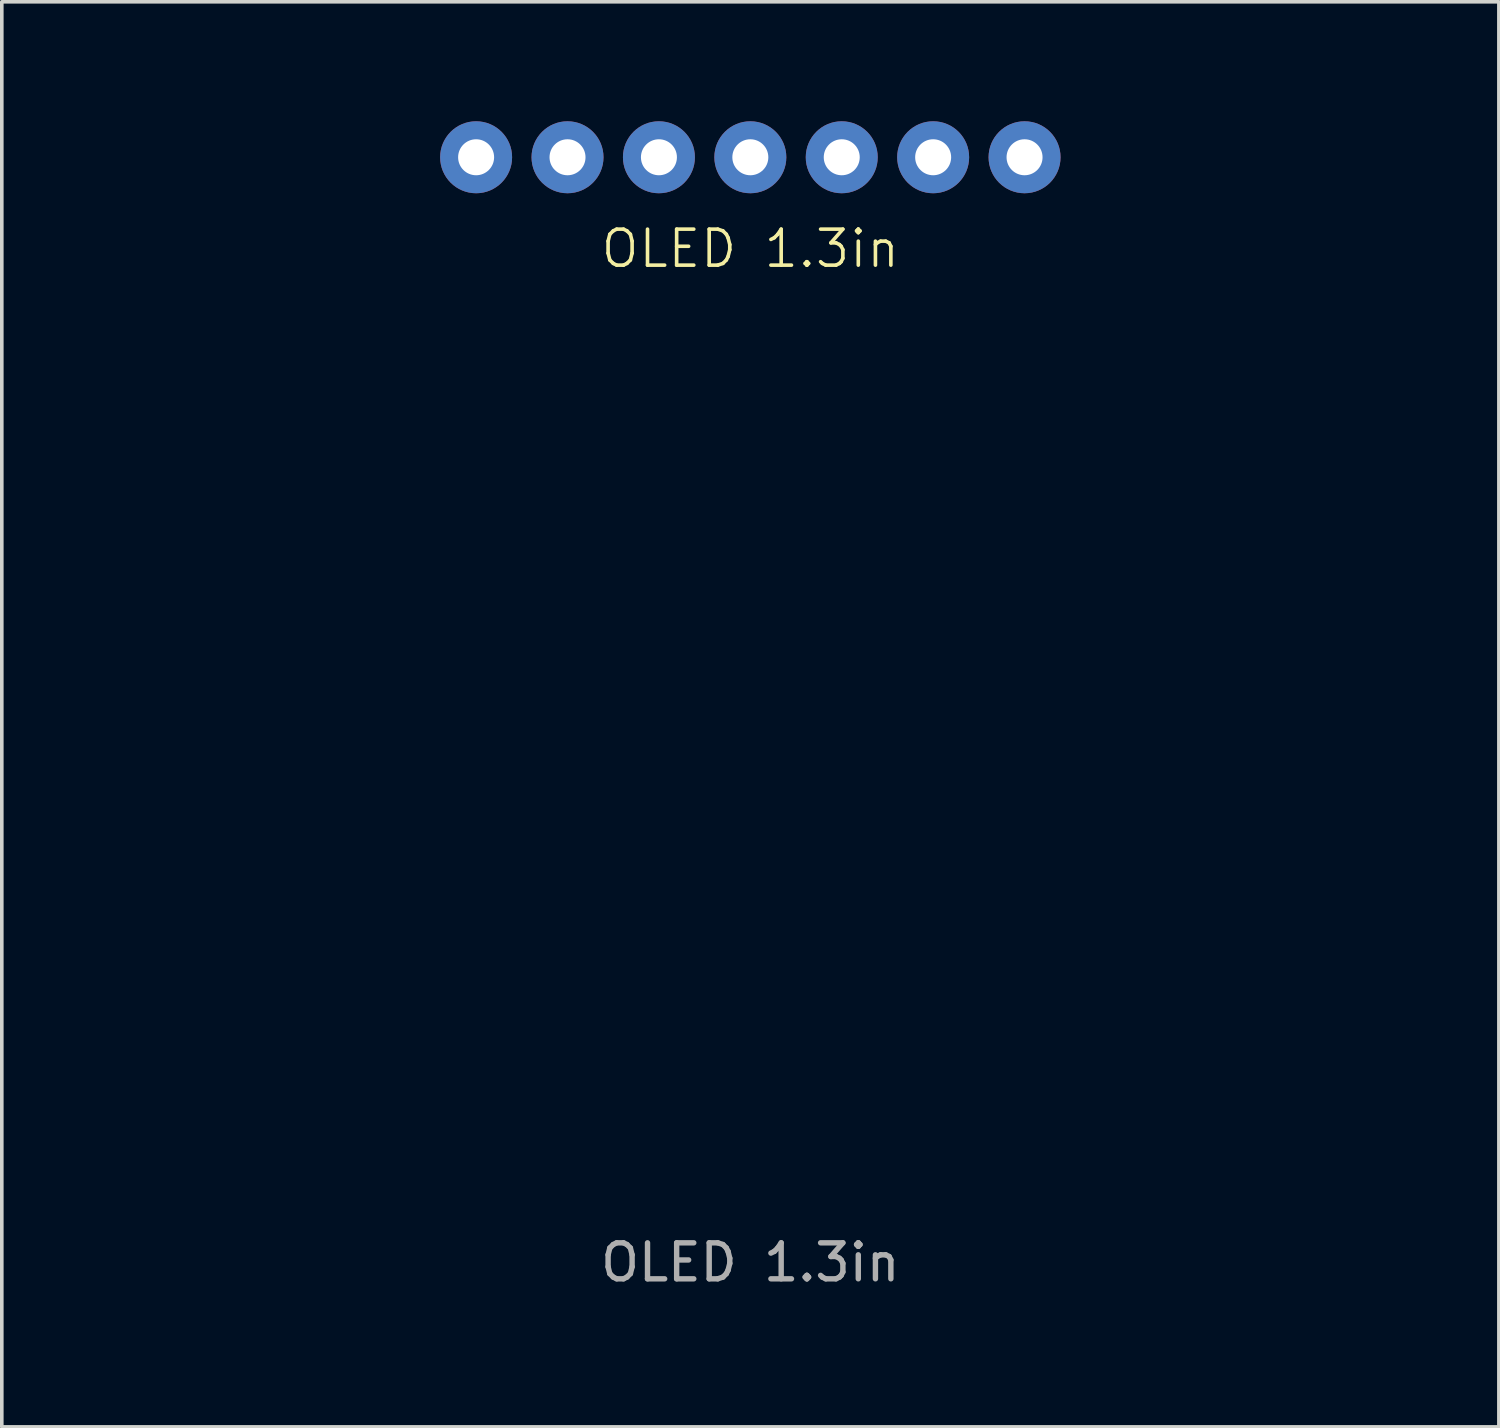
<source format=kicad_pcb>
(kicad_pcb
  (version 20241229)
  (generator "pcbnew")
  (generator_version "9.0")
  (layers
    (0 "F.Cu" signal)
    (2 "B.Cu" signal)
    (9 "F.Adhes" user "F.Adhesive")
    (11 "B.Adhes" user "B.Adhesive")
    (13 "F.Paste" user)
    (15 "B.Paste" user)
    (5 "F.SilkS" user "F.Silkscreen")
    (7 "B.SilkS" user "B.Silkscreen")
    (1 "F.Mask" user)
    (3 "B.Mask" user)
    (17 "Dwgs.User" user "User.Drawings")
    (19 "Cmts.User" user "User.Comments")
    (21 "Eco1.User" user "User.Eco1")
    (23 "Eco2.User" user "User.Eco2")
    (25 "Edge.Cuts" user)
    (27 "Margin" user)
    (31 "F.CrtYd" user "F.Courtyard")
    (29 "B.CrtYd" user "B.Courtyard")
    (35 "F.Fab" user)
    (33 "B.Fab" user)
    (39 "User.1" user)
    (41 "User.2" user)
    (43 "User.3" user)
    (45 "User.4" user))
  (footprint "OLED 1.3in"
    (layer "F.Cu")
    (at 17.8 1.32)
    (property "Reference" "OLED 1.3in" (at 0 2.54 0) (unlocked yes) (layer "F.SilkS") (effects (font (size 1 1) (thickness 0.1))))
    (attr through_hole)
    (fp_rect (start -17.75 -1.27) (end 17.75 32.23) (stroke (width 0.1) (type default)) (fill no) (layer "User.1"))
    (fp_rect (start -17.2 5.08) (end 17.2 28.08) (stroke (width 0.1) (type default)) (fill no) (layer "User.1"))
    (fp_circle (center -15.38 1.13) (end -13.78 1.13) (stroke (width 0.05) (type default)) (fill no) (layer "User.1"))
    (fp_circle (center -15.38 29.83) (end -13.78 29.83) (stroke (width 0.05) (type default)) (fill no) (layer "User.1"))
    (fp_circle (center 15.38 1.13) (end 16.98 1.13) (stroke (width 0.05) (type default)) (fill no) (layer "User.1"))
    (fp_circle (center 15.38 29.83) (end 16.98 29.83) (stroke (width 0.05) (type default)) (fill no) (layer "User.1"))
    (fp_text user "${REFERENCE}" (at 0 30.71 0) (unlocked yes) (layer "F.Fab") (effects (font (size 1 1) (thickness 0.15))))
    (fp_text user "SDA" (at 0 1.5 90) (unlocked yes) (layer "User.1") (effects (font (size 1.5 1.5) (thickness 0.2)) (justify right)))
    (fp_text user "CS" (at 7.62 1.5 90) (unlocked yes) (layer "User.1") (effects (font (size 1.5 1.5) (thickness 0.2)) (justify right)))
    (fp_text user "GND" (at -7.62 1.5 90) (unlocked yes) (layer "User.1") (effects (font (size 1.5 1.5) (thickness 0.2)) (justify right)))
    (fp_text user "RES" (at 2.54 1.5 90) (unlocked yes) (layer "User.1") (effects (font (size 1.5 1.5) (thickness 0.2)) (justify right)))
    (fp_text user "SCK" (at -2.54 1.5 90) (unlocked yes) (layer "User.1") (effects (font (size 1.5 1.5) (thickness 0.2)) (justify right)))
    (fp_text user "VDD" (at -5.08 1.5 90) (unlocked yes) (layer "User.1") (effects (font (size 1.5 1.5) (thickness 0.2)) (justify right)))
    (fp_text user "DC" (at 5.08 1.5 90) (unlocked yes) (layer "User.1") (effects (font (size 1.5 1.5) (thickness 0.2)) (justify right)))
    (pad "1" thru_hole circle (at -7.62 0) (size 2 2) (drill 1) (layers "*.Cu" "*.Mask"))
    (pad "2" thru_hole circle (at -5.08 0) (size 2 2) (drill 1) (layers "*.Cu" "*.Mask"))
    (pad "3" thru_hole circle (at -2.54 0) (size 2 2) (drill 1) (layers "*.Cu" "*.Mask"))
    (pad "4" thru_hole circle (at 0 0) (size 2 2) (drill 1) (layers "*.Cu" "*.Mask"))
    (pad "5" thru_hole circle (at 2.54 0) (size 2 2) (drill 1) (layers "*.Cu" "*.Mask"))
    (pad "6" thru_hole circle (at 5.08 0) (size 2 2) (drill 1) (layers "*.Cu" "*.Mask"))
    (pad "7" thru_hole circle (at 7.62 0) (size 2 2) (drill 1) (layers "*.Cu" "*.Mask")))
  (gr_rect
    (start -3 -3)
    (end 38.6 36.6)
    (stroke (width 0.1) (type default))
    (fill no)
    (layer "Edge.Cuts")))
</source>
